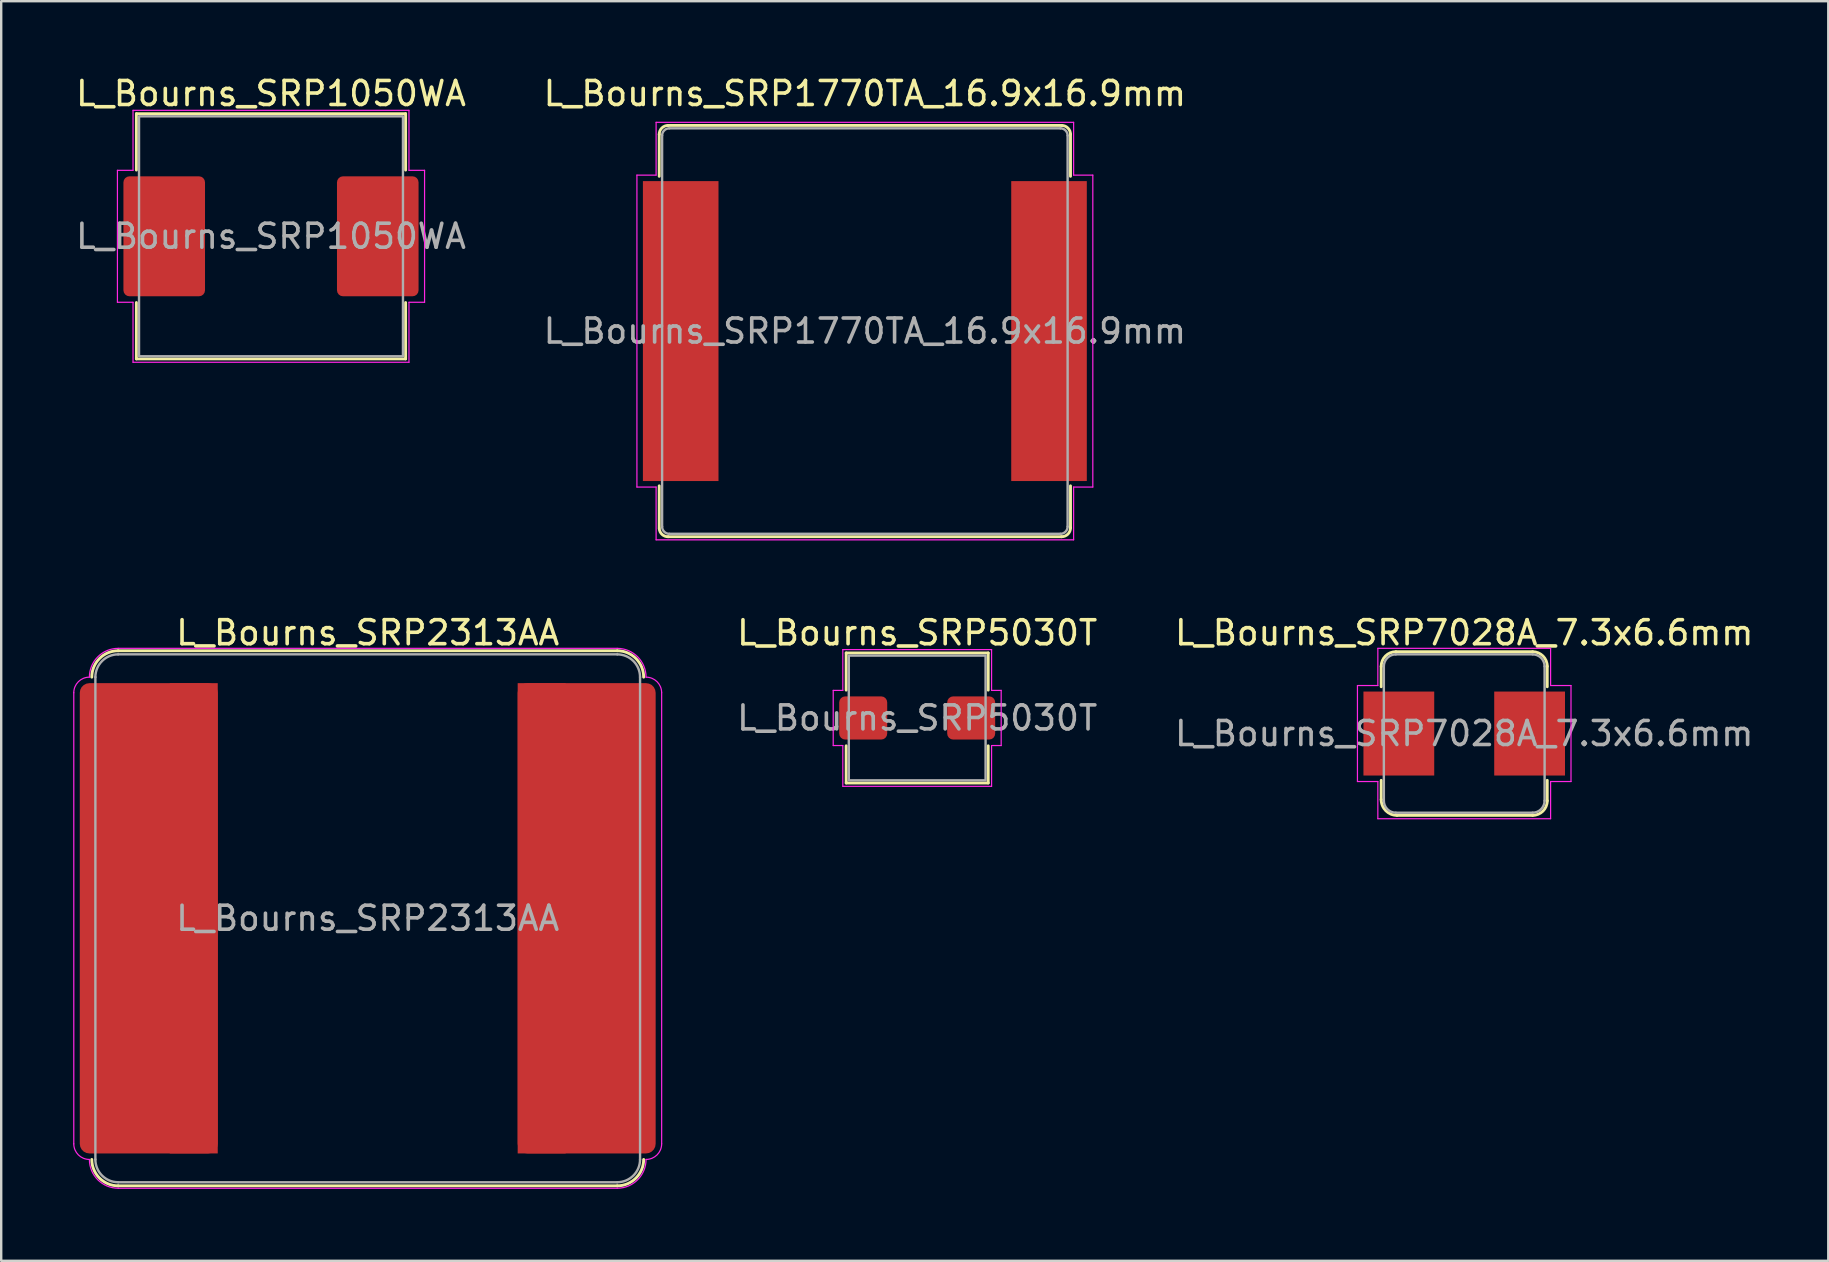
<source format=kicad_pcb>
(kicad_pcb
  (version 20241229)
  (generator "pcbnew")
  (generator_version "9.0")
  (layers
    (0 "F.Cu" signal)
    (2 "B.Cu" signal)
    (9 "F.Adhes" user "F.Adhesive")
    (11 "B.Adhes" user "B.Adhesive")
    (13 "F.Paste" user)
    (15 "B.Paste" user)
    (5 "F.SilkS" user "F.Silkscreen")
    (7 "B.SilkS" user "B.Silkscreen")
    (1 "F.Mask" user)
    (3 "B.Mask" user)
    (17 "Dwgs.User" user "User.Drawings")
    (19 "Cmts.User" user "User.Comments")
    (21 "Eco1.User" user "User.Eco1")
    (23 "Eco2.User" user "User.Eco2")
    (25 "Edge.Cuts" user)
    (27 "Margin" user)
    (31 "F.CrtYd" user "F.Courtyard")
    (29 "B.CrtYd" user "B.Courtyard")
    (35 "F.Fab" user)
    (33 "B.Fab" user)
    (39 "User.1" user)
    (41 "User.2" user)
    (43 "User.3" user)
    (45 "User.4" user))
  (footprint "L_Bourns_SRP1770TA_16.9x16.9mm"
    (layer "F.Cu")
    (at 32.994 10.748)
    (property "Reference" "L_Bourns_SRP1770TA_16.9x16.9mm" (at 0 -9.9 0) (layer "F.SilkS") (effects (font (size 1 1) (thickness 0.15))))
    (attr smd)
    (fp_line (start -8.57 -8.2) (end -8.57 -6.45) (stroke (width 0.12) (type solid)) (layer "F.SilkS"))
    (fp_line (start -8.57 6.45) (end -8.57 8.2) (stroke (width 0.12) (type solid)) (layer "F.SilkS"))
    (fp_line (start -8.2 -8.57) (end 8.2 -8.57) (stroke (width 0.12) (type solid)) (layer "F.SilkS"))
    (fp_line (start 8.2 8.57) (end -8.2 8.57) (stroke (width 0.12) (type solid)) (layer "F.SilkS"))
    (fp_line (start 8.57 -8.2) (end 8.57 -6.45) (stroke (width 0.12) (type solid)) (layer "F.SilkS"))
    (fp_line (start 8.57 6.45) (end 8.57 8.2) (stroke (width 0.12) (type solid)) (layer "F.SilkS"))
    (fp_arc (start -8.57 -8.2) (mid -8.46163 -8.46163) (end -8.2 -8.57) (stroke (width 0.12) (type solid)) (layer "F.SilkS"))
    (fp_arc (start -8.2 8.571214) (mid -8.451658 8.472888) (end -8.57 8.23) (stroke (width 0.12) (type solid)) (layer "F.SilkS"))
    (fp_arc (start 8.209248 -8.569884) (mid 8.464879 -8.458339) (end 8.57 -8.2) (stroke (width 0.12) (type solid)) (layer "F.SilkS"))
    (fp_arc (start 8.570135 8.2) (mid 8.458165 8.465237) (end 8.19 8.57) (stroke (width 0.12) (type solid)) (layer "F.SilkS"))
    (fp_line (start -9.5 -6.5) (end -9.5 6.5) (stroke (width 0.05) (type solid)) (layer "F.CrtYd"))
    (fp_line (start -9.5 -6.5) (end -8.7 -6.5) (stroke (width 0.05) (type solid)) (layer "F.CrtYd"))
    (fp_line (start -8.7 -8.7) (end -8.7 -6.5) (stroke (width 0.05) (type solid)) (layer "F.CrtYd"))
    (fp_line (start -8.7 -8.7) (end 8.7 -8.7) (stroke (width 0.05) (type solid)) (layer "F.CrtYd"))
    (fp_line (start -8.7 6.5) (end -9.5 6.5) (stroke (width 0.05) (type solid)) (layer "F.CrtYd"))
    (fp_line (start -8.7 8.7) (end -8.7 6.5) (stroke (width 0.05) (type solid)) (layer "F.CrtYd"))
    (fp_line (start 8.7 -8.7) (end 8.7 -6.5) (stroke (width 0.05) (type solid)) (layer "F.CrtYd"))
    (fp_line (start 8.7 6.5) (end 8.7 8.7) (stroke (width 0.05) (type solid)) (layer "F.CrtYd"))
    (fp_line (start 8.7 8.7) (end -8.7 8.7) (stroke (width 0.05) (type solid)) (layer "F.CrtYd"))
    (fp_line (start 9.5 -6.5) (end 8.7 -6.5) (stroke (width 0.05) (type solid)) (layer "F.CrtYd"))
    (fp_line (start 9.5 -6.5) (end 9.5 6.5) (stroke (width 0.05) (type solid)) (layer "F.CrtYd"))
    (fp_line (start 9.5 6.5) (end 8.7 6.5) (stroke (width 0.05) (type solid)) (layer "F.CrtYd"))
    (fp_line (start -8.45 -8.15) (end -8.45 8.15) (stroke (width 0.1) (type solid)) (layer "F.Fab"))
    (fp_line (start -8.15 -8.45) (end 8.15 -8.45) (stroke (width 0.1) (type solid)) (layer "F.Fab"))
    (fp_line (start 8.15 8.45) (end -8.15 8.45) (stroke (width 0.1) (type solid)) (layer "F.Fab"))
    (fp_line (start 8.45 -8.15) (end 8.45 8.15) (stroke (width 0.1) (type solid)) (layer "F.Fab"))
    (fp_arc (start -8.45 -8.15) (mid -8.362132 -8.362132) (end -8.15 -8.45) (stroke (width 0.1) (type solid)) (layer "F.Fab"))
    (fp_arc (start -8.15 8.45) (mid -8.362132 8.362132) (end -8.45 8.15) (stroke (width 0.1) (type solid)) (layer "F.Fab"))
    (fp_arc (start 8.15 -8.45) (mid 8.362132 -8.362132) (end 8.45 -8.15) (stroke (width 0.1) (type solid)) (layer "F.Fab"))
    (fp_arc (start 8.45 8.15) (mid 8.362132 8.362132) (end 8.15 8.45) (stroke (width 0.1) (type solid)) (layer "F.Fab"))
    (fp_text user "${REFERENCE}" (at 0 0 0) (layer "F.Fab") (effects (font (size 1 1) (thickness 0.15))))
    (pad "1" smd rect (at -7.675 0) (size 3.15 12.5) (layers "F.Cu" "F.Mask" "F.Paste"))
    (pad "2" smd rect (at 7.675 0) (size 3.15 12.5) (layers "F.Cu" "F.Mask" "F.Paste")))
  (footprint "L_Bourns_SRP7028A_7.3x6.6mm"
    (layer "F.Cu")
    (at 57.973 27.521)
    (property "Reference" "L_Bourns_SRP7028A_7.3x6.6mm" (at 0 -4.2 0) (layer "F.SilkS") (effects (font (size 1 1) (thickness 0.15))))
    (attr smd)
    (fp_line (start -3.46 -1.95) (end -3.46 -2.8) (stroke (width 0.12) (type solid)) (layer "F.SilkS"))
    (fp_line (start -3.46 2.75) (end -3.46 1.95) (stroke (width 0.12) (type solid)) (layer "F.SilkS"))
    (fp_line (start -2.85 -3.41) (end 2.85 -3.41) (stroke (width 0.12) (type solid)) (layer "F.SilkS"))
    (fp_line (start 2.85 3.41) (end -2.8 3.41) (stroke (width 0.12) (type solid)) (layer "F.SilkS"))
    (fp_line (start 3.46 -2.8) (end 3.46 -1.95) (stroke (width 0.12) (type solid)) (layer "F.SilkS"))
    (fp_line (start 3.46 1.95) (end 3.46 2.8) (stroke (width 0.12) (type solid)) (layer "F.SilkS"))
    (fp_arc (start -3.46 -2.8) (mid -3.281335 -3.231335) (end -2.85 -3.41) (stroke (width 0.12) (type solid)) (layer "F.SilkS"))
    (fp_arc (start -2.8 3.41) (mid -3.26669 3.21669) (end -3.46 2.75) (stroke (width 0.12) (type solid)) (layer "F.SilkS"))
    (fp_arc (start 2.85 -3.41) (mid 3.281335 -3.231335) (end 3.46 -2.8) (stroke (width 0.12) (type solid)) (layer "F.SilkS"))
    (fp_arc (start 3.46 2.8) (mid 3.281335 3.231335) (end 2.85 3.41) (stroke (width 0.12) (type solid)) (layer "F.SilkS"))
    (fp_line (start -4.45 -2) (end -3.6 -2) (stroke (width 0.05) (type solid)) (layer "F.CrtYd"))
    (fp_line (start -4.45 2) (end -4.45 -2) (stroke (width 0.05) (type solid)) (layer "F.CrtYd"))
    (fp_line (start -3.6 -3.55) (end 3.6 -3.55) (stroke (width 0.05) (type solid)) (layer "F.CrtYd"))
    (fp_line (start -3.6 -2) (end -3.6 -3.55) (stroke (width 0.05) (type solid)) (layer "F.CrtYd"))
    (fp_line (start -3.6 2) (end -4.45 2) (stroke (width 0.05) (type solid)) (layer "F.CrtYd"))
    (fp_line (start -3.6 3.55) (end -3.6 2) (stroke (width 0.05) (type solid)) (layer "F.CrtYd"))
    (fp_line (start 3.6 -3.55) (end 3.6 -2) (stroke (width 0.05) (type solid)) (layer "F.CrtYd"))
    (fp_line (start 3.6 -2) (end 4.45 -2) (stroke (width 0.05) (type solid)) (layer "F.CrtYd"))
    (fp_line (start 3.6 2) (end 3.6 3.55) (stroke (width 0.05) (type solid)) (layer "F.CrtYd"))
    (fp_line (start 3.6 3.55) (end -3.6 3.55) (stroke (width 0.05) (type solid)) (layer "F.CrtYd"))
    (fp_line (start 4.45 -2) (end 4.45 2) (stroke (width 0.05) (type solid)) (layer "F.CrtYd"))
    (fp_line (start 4.45 2) (end 3.6 2) (stroke (width 0.05) (type solid)) (layer "F.CrtYd"))
    (fp_line (start -3.35 2.8) (end -3.35 -2.8) (stroke (width 0.1) (type solid)) (layer "F.Fab"))
    (fp_line (start -2.85 -3.3) (end 2.85 -3.3) (stroke (width 0.1) (type solid)) (layer "F.Fab"))
    (fp_line (start 2.85 3.3) (end -2.85 3.3) (stroke (width 0.1) (type solid)) (layer "F.Fab"))
    (fp_line (start 3.35 -2.8) (end 3.35 2.8) (stroke (width 0.1) (type solid)) (layer "F.Fab"))
    (fp_arc (start -3.35 -2.8) (mid -3.203553 -3.153553) (end -2.85 -3.3) (stroke (width 0.1) (type solid)) (layer "F.Fab"))
    (fp_arc (start -2.85 3.3) (mid -3.203553 3.153553) (end -3.35 2.8) (stroke (width 0.1) (type solid)) (layer "F.Fab"))
    (fp_arc (start 2.85 -3.3) (mid 3.203553 -3.153553) (end 3.35 -2.8) (stroke (width 0.1) (type solid)) (layer "F.Fab"))
    (fp_arc (start 3.35 2.8) (mid 3.203553 3.153553) (end 2.85 3.3) (stroke (width 0.1) (type solid)) (layer "F.Fab"))
    (fp_text user "${REFERENCE}" (at 0 0 0) (layer "F.Fab") (effects (font (size 1 1) (thickness 0.15))))
    (pad "1" smd rect (at -2.725 0) (size 2.95 3.5) (layers "F.Cu" "F.Mask" "F.Paste"))
    (pad "2" smd rect (at 2.725 0) (size 2.95 3.5) (layers "F.Cu" "F.Mask" "F.Paste")))
  (footprint "L_Bourns_SRP5030T"
    (layer "F.Cu")
    (at 35.175 26.872)
    (property "Reference" "L_Bourns_SRP5030T" (at 0 -3.55 0) (layer "F.SilkS") (effects (font (size 1 1) (thickness 0.15))))
    (attr smd)
    (fp_line (start -2.96 -2.71) (end 2.96 -2.71) (stroke (width 0.12) (type solid)) (layer "F.SilkS"))
    (fp_line (start -2.96 -1.16) (end -2.96 -2.71) (stroke (width 0.12) (type solid)) (layer "F.SilkS"))
    (fp_line (start -2.96 2.71) (end -2.96 1.16) (stroke (width 0.12) (type solid)) (layer "F.SilkS"))
    (fp_line (start 2.96 -2.71) (end 2.96 -1.16) (stroke (width 0.12) (type solid)) (layer "F.SilkS"))
    (fp_line (start 2.96 1.16) (end 2.96 2.71) (stroke (width 0.12) (type solid)) (layer "F.SilkS"))
    (fp_line (start 2.96 2.71) (end -2.96 2.71) (stroke (width 0.12) (type solid)) (layer "F.SilkS"))
    (fp_line (start -3.5 -1.15) (end -3.1 -1.15) (stroke (width 0.05) (type solid)) (layer "F.CrtYd"))
    (fp_line (start -3.5 1.15) (end -3.5 -1.15) (stroke (width 0.05) (type solid)) (layer "F.CrtYd"))
    (fp_line (start -3.1 -2.85) (end 3.1 -2.85) (stroke (width 0.05) (type solid)) (layer "F.CrtYd"))
    (fp_line (start -3.1 -1.15) (end -3.1 -2.85) (stroke (width 0.05) (type solid)) (layer "F.CrtYd"))
    (fp_line (start -3.1 1.15) (end -3.5 1.15) (stroke (width 0.05) (type solid)) (layer "F.CrtYd"))
    (fp_line (start -3.1 2.85) (end -3.1 1.15) (stroke (width 0.05) (type solid)) (layer "F.CrtYd"))
    (fp_line (start 3.1 -2.85) (end 3.1 -1.15) (stroke (width 0.05) (type solid)) (layer "F.CrtYd"))
    (fp_line (start 3.1 -1.15) (end 3.5 -1.15) (stroke (width 0.05) (type solid)) (layer "F.CrtYd"))
    (fp_line (start 3.1 1.15) (end 3.1 2.85) (stroke (width 0.05) (type solid)) (layer "F.CrtYd"))
    (fp_line (start 3.1 2.85) (end -3.1 2.85) (stroke (width 0.05) (type solid)) (layer "F.CrtYd"))
    (fp_line (start 3.5 -1.15) (end 3.5 1.15) (stroke (width 0.05) (type solid)) (layer "F.CrtYd"))
    (fp_line (start 3.5 1.15) (end 3.1 1.15) (stroke (width 0.05) (type solid)) (layer "F.CrtYd"))
    (fp_rect (start -2.85 -2.6) (end 2.85 2.6) (stroke (width 0.1) (type solid)) (fill no) (layer "F.Fab"))
    (fp_text user "${REFERENCE}" (at 0 0 0) (layer "F.Fab") (effects (font (size 1 1) (thickness 0.15))))
    (pad "1" smd roundrect (at -2.25 0) (size 2 1.8) (layers "F.Cu" "F.Mask" "F.Paste") (roundrect_rratio 0.139))
    (pad "2" smd roundrect (at 2.25 0) (size 2 1.8) (layers "F.Cu" "F.Mask" "F.Paste") (roundrect_rratio 0.139)))
  (footprint "L_Bourns_SRP1050WA"
    (layer "F.Cu")
    (at 8.244 6.798)
    (property "Reference" "L_Bourns_SRP1050WA" (at 0 -5.95 0) (layer "F.SilkS") (effects (font (size 1 1) (thickness 0.15))))
    (attr smd)
    (fp_line (start -5.61 -5.11) (end 5.61 -5.11) (stroke (width 0.12) (type solid)) (layer "F.SilkS"))
    (fp_line (start -5.61 -2.76) (end -5.61 -5.11) (stroke (width 0.12) (type solid)) (layer "F.SilkS"))
    (fp_line (start -5.61 5.11) (end -5.61 2.76) (stroke (width 0.12) (type solid)) (layer "F.SilkS"))
    (fp_line (start 5.61 -5.11) (end 5.61 -2.76) (stroke (width 0.12) (type solid)) (layer "F.SilkS"))
    (fp_line (start 5.61 2.76) (end 5.61 5.11) (stroke (width 0.12) (type solid)) (layer "F.SilkS"))
    (fp_line (start 5.61 5.11) (end -5.61 5.11) (stroke (width 0.12) (type solid)) (layer "F.SilkS"))
    (fp_line (start -6.4 -2.75) (end -5.75 -2.75) (stroke (width 0.05) (type solid)) (layer "F.CrtYd"))
    (fp_line (start -6.4 2.75) (end -6.4 -2.75) (stroke (width 0.05) (type solid)) (layer "F.CrtYd"))
    (fp_line (start -5.75 -5.25) (end 5.75 -5.25) (stroke (width 0.05) (type solid)) (layer "F.CrtYd"))
    (fp_line (start -5.75 -2.75) (end -5.75 -5.25) (stroke (width 0.05) (type solid)) (layer "F.CrtYd"))
    (fp_line (start -5.75 2.75) (end -6.4 2.75) (stroke (width 0.05) (type solid)) (layer "F.CrtYd"))
    (fp_line (start -5.75 5.25) (end -5.75 2.75) (stroke (width 0.05) (type solid)) (layer "F.CrtYd"))
    (fp_line (start 5.75 -5.25) (end 5.75 -2.75) (stroke (width 0.05) (type solid)) (layer "F.CrtYd"))
    (fp_line (start 5.75 -2.75) (end 6.4 -2.75) (stroke (width 0.05) (type solid)) (layer "F.CrtYd"))
    (fp_line (start 5.75 2.75) (end 5.75 5.25) (stroke (width 0.05) (type solid)) (layer "F.CrtYd"))
    (fp_line (start 5.75 5.25) (end -5.75 5.25) (stroke (width 0.05) (type solid)) (layer "F.CrtYd"))
    (fp_line (start 6.4 -2.75) (end 6.4 2.75) (stroke (width 0.05) (type solid)) (layer "F.CrtYd"))
    (fp_line (start 6.4 2.75) (end 5.75 2.75) (stroke (width 0.05) (type solid)) (layer "F.CrtYd"))
    (fp_rect (start -5.5 -5) (end 5.5 5) (stroke (width 0.1) (type solid)) (fill no) (layer "F.Fab"))
    (fp_text user "${REFERENCE}" (at 0 0 0) (layer "F.Fab") (effects (font (size 1 1) (thickness 0.15))))
    (pad "1" smd roundrect (at -4.45 0) (size 3.4 5) (layers "F.Cu" "F.Mask" "F.Paste") (roundrect_rratio 0.074))
    (pad "2" smd roundrect (at 4.45 0) (size 3.4 5) (layers "F.Cu" "F.Mask" "F.Paste") (roundrect_rratio 0.074)))
  (footprint "L_Bourns_SRP2313AA"
    (layer "F.Cu")
    (at 12.275 35.221)
    (property "Reference" "L_Bourns_SRP2313AA" (at 0 -11.9 0) (layer "F.SilkS") (effects (font (size 1 1) (thickness 0.15))))
    (attr smd)
    (fp_line (start -10.4 -11.15) (end 10.4 -11.15) (stroke (width 0.12) (type solid)) (layer "F.SilkS"))
    (fp_line (start 10.4 11.15) (end -10.4 11.15) (stroke (width 0.12) (type solid)) (layer "F.SilkS"))
    (fp_arc (start -11.5 -10.05) (mid -11.177817 -10.827817) (end -10.4 -11.15) (stroke (width 0.12) (type solid)) (layer "F.SilkS"))
    (fp_arc (start -10.4 11.15) (mid -11.177817 10.827817) (end -11.5 10.05) (stroke (width 0.12) (type solid)) (layer "F.SilkS"))
    (fp_arc (start 10.4 -11.15) (mid 11.177817 -10.827817) (end 11.5 -10.05) (stroke (width 0.12) (type solid)) (layer "F.SilkS"))
    (fp_arc (start 11.5 10.05) (mid 11.177817 10.827817) (end 10.4 11.15) (stroke (width 0.12) (type solid)) (layer "F.SilkS"))
    (fp_line (start -12.25 9.4) (end -12.25 -9.4) (stroke (width 0.05) (type solid)) (layer "F.CrtYd"))
    (fp_line (start -10.4 -11.25) (end 10.4 -11.25) (stroke (width 0.05) (type solid)) (layer "F.CrtYd"))
    (fp_line (start 10.4 11.25) (end -10.4 11.25) (stroke (width 0.05) (type solid)) (layer "F.CrtYd"))
    (fp_line (start 12.25 -9.4) (end 12.25 9.4) (stroke (width 0.05) (type solid)) (layer "F.CrtYd"))
    (fp_arc (start -12.25 -9.4) (mid -12.059619 -9.859619) (end -11.6 -10.05) (stroke (width 0.05) (type solid)) (layer "F.CrtYd"))
    (fp_arc (start -11.6 -10.05) (mid -11.248528 -10.898528) (end -10.4 -11.25) (stroke (width 0.05) (type solid)) (layer "F.CrtYd"))
    (fp_arc (start -11.6 10.05) (mid -12.059619 9.859619) (end -12.25 9.4) (stroke (width 0.05) (type solid)) (layer "F.CrtYd"))
    (fp_arc (start -10.4 11.25) (mid -11.248528 10.898528) (end -11.6 10.05) (stroke (width 0.05) (type solid)) (layer "F.CrtYd"))
    (fp_arc (start 10.4 -11.25) (mid 11.248528 -10.898528) (end 11.6 -10.05) (stroke (width 0.05) (type solid)) (layer "F.CrtYd"))
    (fp_arc (start 11.6 -10.05) (mid 12.059619 -9.859619) (end 12.25 -9.4) (stroke (width 0.05) (type solid)) (layer "F.CrtYd"))
    (fp_arc (start 11.6 10.05) (mid 11.248528 10.898528) (end 10.4 11.25) (stroke (width 0.05) (type solid)) (layer "F.CrtYd"))
    (fp_arc (start 12.25 9.4) (mid 12.059619 9.859619) (end 11.6 10.05) (stroke (width 0.05) (type solid)) (layer "F.CrtYd"))
    (fp_line (start -11.35 -10.05) (end -11.35 10.05) (stroke (width 0.1) (type solid)) (layer "F.Fab"))
    (fp_line (start -10.4 -11) (end 10.4 -11) (stroke (width 0.1) (type solid)) (layer "F.Fab"))
    (fp_line (start 10.4 11) (end -10.4 11) (stroke (width 0.1) (type solid)) (layer "F.Fab"))
    (fp_line (start 11.35 -10.05) (end 11.35 10.05) (stroke (width 0.1) (type solid)) (layer "F.Fab"))
    (fp_arc (start -11.35 -10.05) (mid -11.071751 -10.721751) (end -10.4 -11) (stroke (width 0.1) (type solid)) (layer "F.Fab"))
    (fp_arc (start -10.4 11) (mid -11.071751 10.721751) (end -11.35 10.05) (stroke (width 0.1) (type solid)) (layer "F.Fab"))
    (fp_arc (start 10.4 -11) (mid 11.071751 -10.721751) (end 11.35 -10.05) (stroke (width 0.1) (type solid)) (layer "F.Fab"))
    (fp_arc (start 11.35 10.05) (mid 11.071751 10.721751) (end 10.4 11) (stroke (width 0.1) (type solid)) (layer "F.Fab"))
    (fp_text user "${REFERENCE}" (at 0 0 0) (layer "F.Fab") (effects (font (size 1 1) (thickness 0.15))))
    (pad "1" smd roundrect (at -9.125 0) (size 5.75 19.6) (layers "F.Cu" "F.Mask" "F.Paste") (roundrect_rratio 0.07))
    (pad "1" smd rect (at -7.25 0) (size 2 19.6) (layers "F.Cu" "F.Mask" "F.Paste"))
    (pad "2" smd rect (at 7.25 0) (size 2 19.6) (layers "F.Cu" "F.Mask" "F.Paste"))
    (pad "2" smd roundrect (at 9.125 0) (size 5.75 19.6) (layers "F.Cu" "F.Mask" "F.Paste") (roundrect_rratio 0.07)))
  (gr_rect
    (start -3 -3)
    (end 73.145 49.496)
    (stroke (width 0.1) (type default))
    (fill no)
    (layer "Edge.Cuts")))
</source>
